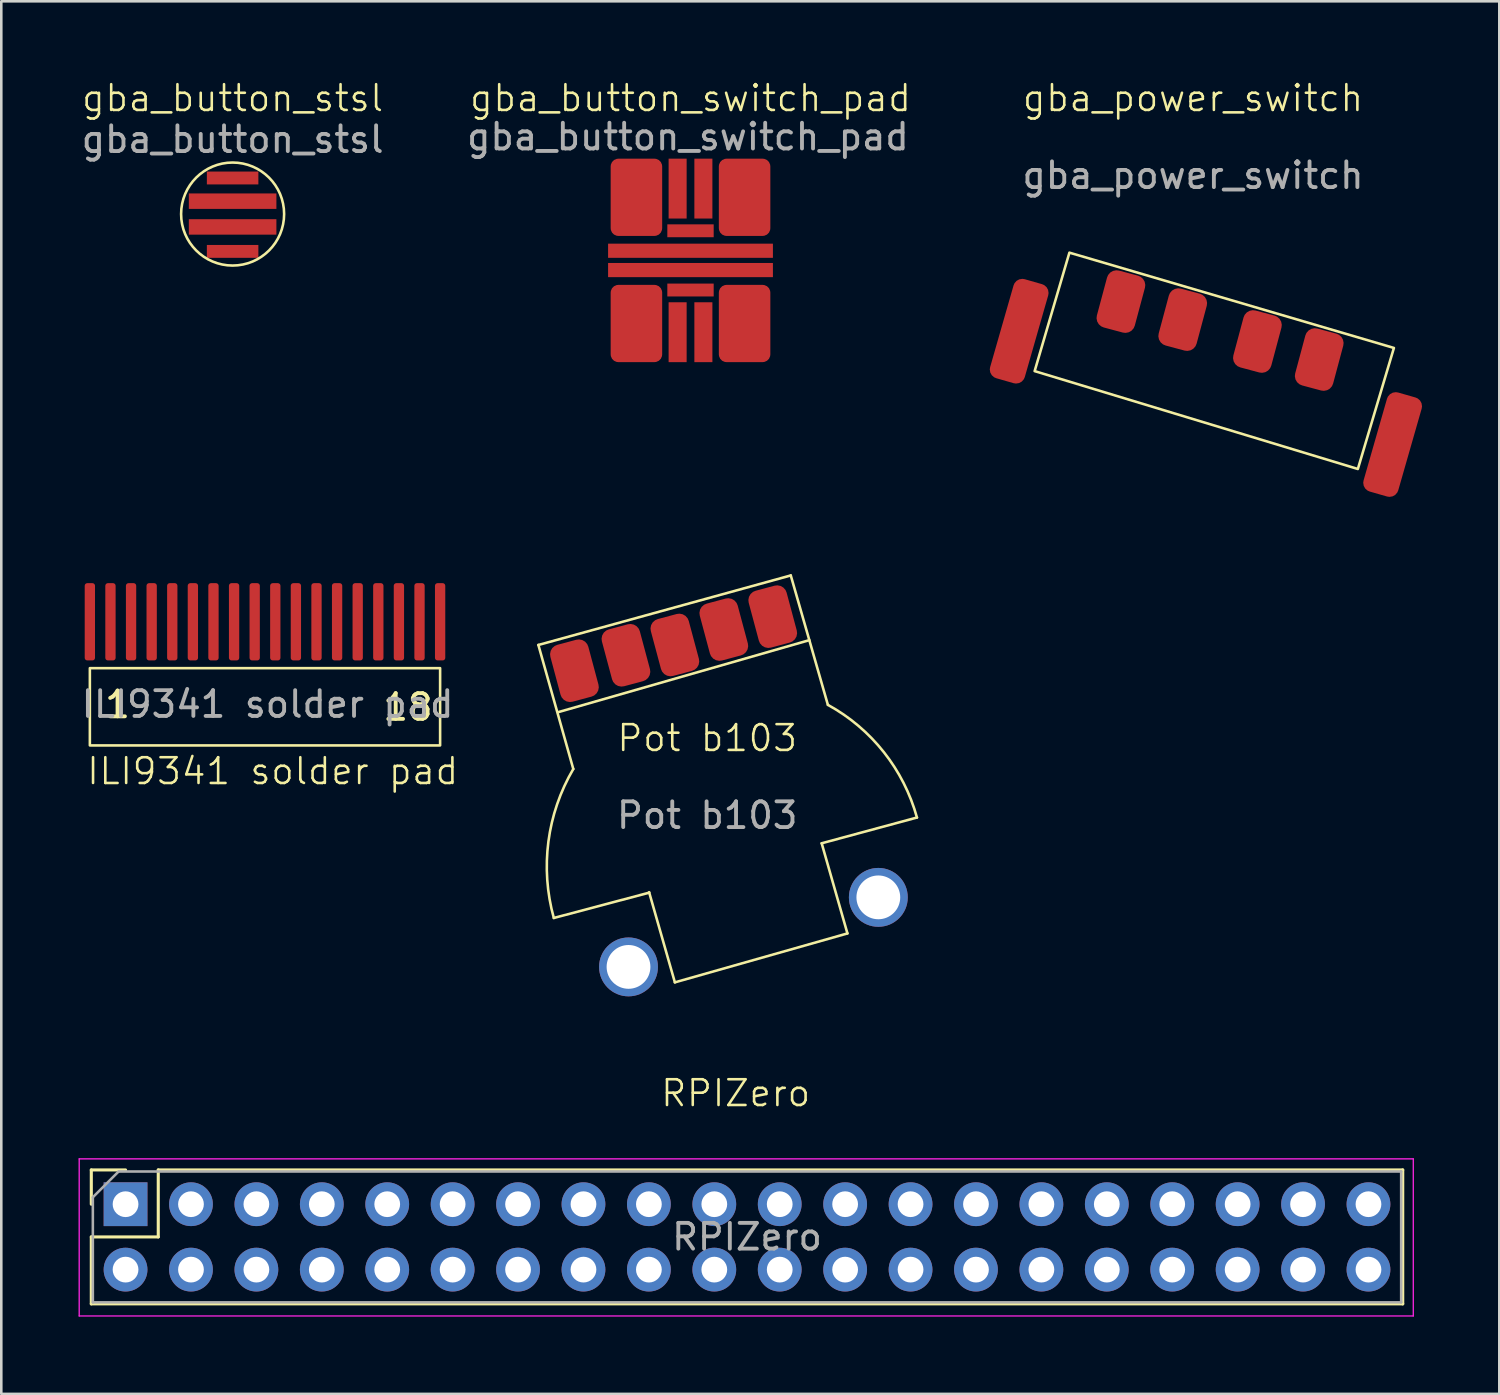
<source format=kicad_pcb>
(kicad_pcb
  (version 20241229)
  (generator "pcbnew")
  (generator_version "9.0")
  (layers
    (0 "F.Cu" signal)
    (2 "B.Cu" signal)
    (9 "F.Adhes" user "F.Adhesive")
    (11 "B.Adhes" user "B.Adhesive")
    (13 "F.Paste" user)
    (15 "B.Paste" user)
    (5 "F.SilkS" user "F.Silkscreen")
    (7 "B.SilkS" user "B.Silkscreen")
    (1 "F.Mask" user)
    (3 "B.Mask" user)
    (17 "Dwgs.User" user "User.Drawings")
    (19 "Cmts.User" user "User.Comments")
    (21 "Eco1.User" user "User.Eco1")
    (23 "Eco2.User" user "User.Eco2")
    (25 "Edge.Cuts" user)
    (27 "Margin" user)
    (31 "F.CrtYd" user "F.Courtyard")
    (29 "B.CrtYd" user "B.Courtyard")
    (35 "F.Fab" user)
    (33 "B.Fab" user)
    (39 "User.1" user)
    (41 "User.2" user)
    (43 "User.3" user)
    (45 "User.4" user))
  (footprint "RPIZero"
    (layer "F.Cu")
    (at 25.515 39.897)
    (property "Reference" "RPIZero" (at 0 -0.5 0) (unlocked yes) (layer "F.SilkS") (effects (font (size 1 1) (thickness 0.1))))
    (attr smd)
    (fp_line (start -25.02 2.48) (end -23.69 2.48) (stroke (width 0.12) (type solid)) (layer "F.SilkS"))
    (fp_line (start -25.02 3.81) (end -25.02 2.48) (stroke (width 0.12) (type solid)) (layer "F.SilkS"))
    (fp_line (start -25.02 5.08) (end -22.42 5.08) (stroke (width 0.12) (type solid)) (layer "F.SilkS"))
    (fp_line (start -25.02 7.68) (end -25.02 5.08) (stroke (width 0.12) (type solid)) (layer "F.SilkS"))
    (fp_line (start -25.02 7.68) (end 25.9 7.68) (stroke (width 0.12) (type solid)) (layer "F.SilkS"))
    (fp_line (start -22.42 2.48) (end 25.9 2.48) (stroke (width 0.12) (type solid)) (layer "F.SilkS"))
    (fp_line (start -22.42 5.08) (end -22.42 2.48) (stroke (width 0.12) (type solid)) (layer "F.SilkS"))
    (fp_line (start 25.9 7.68) (end 25.9 2.48) (stroke (width 0.12) (type solid)) (layer "F.SilkS"))
    (fp_line (start -25.49 2.05) (end 26.31 2.05) (stroke (width 0.05) (type solid)) (layer "F.CrtYd"))
    (fp_line (start -25.49 8.15) (end -25.49 2.05) (stroke (width 0.05) (type solid)) (layer "F.CrtYd"))
    (fp_line (start 26.31 2.05) (end 26.31 8.15) (stroke (width 0.05) (type solid)) (layer "F.CrtYd"))
    (fp_line (start 26.31 8.15) (end -25.49 8.15) (stroke (width 0.05) (type solid)) (layer "F.CrtYd"))
    (fp_line (start -24.96 3.54) (end -23.96 2.54) (stroke (width 0.1) (type solid)) (layer "F.Fab"))
    (fp_line (start -24.96 7.62) (end -24.96 3.54) (stroke (width 0.1) (type solid)) (layer "F.Fab"))
    (fp_line (start -23.96 2.54) (end 25.84 2.54) (stroke (width 0.1) (type solid)) (layer "F.Fab"))
    (fp_line (start 25.84 2.54) (end 25.84 7.62) (stroke (width 0.1) (type solid)) (layer "F.Fab"))
    (fp_line (start 25.84 7.62) (end -24.96 7.62) (stroke (width 0.1) (type solid)) (layer "F.Fab"))
    (fp_text user "${REFERENCE}" (at 0.44 5.08 0) (layer "F.Fab") (effects (font (size 1 1) (thickness 0.15))))
    (pad "1" thru_hole rect (at -23.69 3.81 90) (size 1.7 1.7) (drill 1) (layers "*.Cu" "*.Mask"))
    (pad "2" thru_hole oval (at -23.69 6.35 90) (size 1.7 1.7) (drill 1) (layers "*.Cu" "*.Mask"))
    (pad "3" thru_hole oval (at -21.15 3.81 90) (size 1.7 1.7) (drill 1) (layers "*.Cu" "*.Mask"))
    (pad "4" thru_hole oval (at -21.15 6.35 90) (size 1.7 1.7) (drill 1) (layers "*.Cu" "*.Mask"))
    (pad "5" thru_hole oval (at -18.61 3.81 90) (size 1.7 1.7) (drill 1) (layers "*.Cu" "*.Mask"))
    (pad "6" thru_hole oval (at -18.61 6.35 90) (size 1.7 1.7) (drill 1) (layers "*.Cu" "*.Mask"))
    (pad "7" thru_hole oval (at -16.07 3.81 90) (size 1.7 1.7) (drill 1) (layers "*.Cu" "*.Mask"))
    (pad "8" thru_hole oval (at -16.07 6.35 90) (size 1.7 1.7) (drill 1) (layers "*.Cu" "*.Mask"))
    (pad "9" thru_hole oval (at -13.53 3.81 90) (size 1.7 1.7) (drill 1) (layers "*.Cu" "*.Mask"))
    (pad "10" thru_hole oval (at -13.53 6.35 90) (size 1.7 1.7) (drill 1) (layers "*.Cu" "*.Mask"))
    (pad "11" thru_hole oval (at -10.99 3.81 90) (size 1.7 1.7) (drill 1) (layers "*.Cu" "*.Mask"))
    (pad "12" thru_hole oval (at -10.99 6.35 90) (size 1.7 1.7) (drill 1) (layers "*.Cu" "*.Mask"))
    (pad "13" thru_hole oval (at -8.45 3.81 90) (size 1.7 1.7) (drill 1) (layers "*.Cu" "*.Mask"))
    (pad "14" thru_hole oval (at -8.45 6.35 90) (size 1.7 1.7) (drill 1) (layers "*.Cu" "*.Mask"))
    (pad "15" thru_hole oval (at -5.91 3.81 90) (size 1.7 1.7) (drill 1) (layers "*.Cu" "*.Mask"))
    (pad "16" thru_hole oval (at -5.91 6.35 90) (size 1.7 1.7) (drill 1) (layers "*.Cu" "*.Mask"))
    (pad "17" thru_hole oval (at -3.37 3.81 90) (size 1.7 1.7) (drill 1) (layers "*.Cu" "*.Mask"))
    (pad "18" thru_hole oval (at -3.37 6.35 90) (size 1.7 1.7) (drill 1) (layers "*.Cu" "*.Mask"))
    (pad "19" thru_hole oval (at -0.83 3.81 90) (size 1.7 1.7) (drill 1) (layers "*.Cu" "*.Mask"))
    (pad "20" thru_hole oval (at -0.83 6.35 90) (size 1.7 1.7) (drill 1) (layers "*.Cu" "*.Mask"))
    (pad "21" thru_hole oval (at 1.71 3.81 90) (size 1.7 1.7) (drill 1) (layers "*.Cu" "*.Mask"))
    (pad "22" thru_hole oval (at 1.71 6.35 90) (size 1.7 1.7) (drill 1) (layers "*.Cu" "*.Mask"))
    (pad "23" thru_hole oval (at 4.25 3.81 90) (size 1.7 1.7) (drill 1) (layers "*.Cu" "*.Mask"))
    (pad "24" thru_hole oval (at 4.25 6.35 90) (size 1.7 1.7) (drill 1) (layers "*.Cu" "*.Mask"))
    (pad "25" thru_hole oval (at 6.79 3.81 90) (size 1.7 1.7) (drill 1) (layers "*.Cu" "*.Mask"))
    (pad "26" thru_hole oval (at 6.79 6.35 90) (size 1.7 1.7) (drill 1) (layers "*.Cu" "*.Mask"))
    (pad "27" thru_hole oval (at 9.33 3.81 90) (size 1.7 1.7) (drill 1) (layers "*.Cu" "*.Mask"))
    (pad "28" thru_hole oval (at 9.33 6.35 90) (size 1.7 1.7) (drill 1) (layers "*.Cu" "*.Mask"))
    (pad "29" thru_hole oval (at 11.87 3.81 90) (size 1.7 1.7) (drill 1) (layers "*.Cu" "*.Mask"))
    (pad "30" thru_hole oval (at 11.87 6.35 90) (size 1.7 1.7) (drill 1) (layers "*.Cu" "*.Mask"))
    (pad "31" thru_hole oval (at 14.41 3.81 90) (size 1.7 1.7) (drill 1) (layers "*.Cu" "*.Mask"))
    (pad "32" thru_hole oval (at 14.41 6.35 90) (size 1.7 1.7) (drill 1) (layers "*.Cu" "*.Mask"))
    (pad "33" thru_hole oval (at 16.95 3.81 90) (size 1.7 1.7) (drill 1) (layers "*.Cu" "*.Mask"))
    (pad "34" thru_hole oval (at 16.95 6.35 90) (size 1.7 1.7) (drill 1) (layers "*.Cu" "*.Mask"))
    (pad "35" thru_hole oval (at 19.49 3.81 90) (size 1.7 1.7) (drill 1) (layers "*.Cu" "*.Mask"))
    (pad "36" thru_hole oval (at 19.49 6.35 90) (size 1.7 1.7) (drill 1) (layers "*.Cu" "*.Mask"))
    (pad "37" thru_hole oval (at 22.03 3.81 90) (size 1.7 1.7) (drill 1) (layers "*.Cu" "*.Mask"))
    (pad "38" thru_hole oval (at 22.03 6.35 90) (size 1.7 1.7) (drill 1) (layers "*.Cu" "*.Mask"))
    (pad "39" thru_hole oval (at 24.57 3.81 90) (size 1.7 1.7) (drill 1) (layers "*.Cu" "*.Mask"))
    (pad "40" thru_hole oval (at 24.57 6.35 90) (size 1.7 1.7) (drill 1) (layers "*.Cu" "*.Mask")))
  (footprint "ILI9341 solder pad"
    (layer "F.Cu")
    (at 7.439 19.493)
    (property "Reference" "ILI9341 solder pad" (at 0.1 7.4 0) (unlocked yes) (layer "F.SilkS") (effects (font (size 1 1) (thickness 0.1))))
    (attr smd)
    (fp_rect (start -7 3.4) (end 6.6 6.4) (stroke (width 0.1) (type default)) (fill no) (layer "F.SilkS"))
    (fp_text user "18" (at 4.3 5.5 0) (unlocked yes) (layer "F.SilkS") (effects (font (size 1 1) (thickness 0.15)) (justify left bottom)))
    (fp_text user "1" (at -6.5 5.4 0) (unlocked yes) (layer "F.SilkS") (effects (font (size 1 1) (thickness 0.15)) (justify left bottom)))
    (fp_text user "${REFERENCE}" (at -0.1 4.8 0) (unlocked yes) (layer "F.Fab") (effects (font (size 1 1) (thickness 0.15))))
    (pad "1" smd roundrect (at -7 1.6 90) (size 3 0.4) (layers "F.Cu" "F.Mask" "F.Paste") (roundrect_rratio 0.25))
    (pad "2" smd roundrect (at -6.2 1.6 90) (size 3 0.4) (layers "F.Cu" "F.Mask" "F.Paste") (roundrect_rratio 0.25))
    (pad "3" smd roundrect (at -5.4 1.6 90) (size 3 0.4) (layers "F.Cu" "F.Mask" "F.Paste") (roundrect_rratio 0.25))
    (pad "4" smd roundrect (at -4.6 1.6 90) (size 3 0.4) (layers "F.Cu" "F.Mask" "F.Paste") (roundrect_rratio 0.25))
    (pad "5" smd roundrect (at -3.8 1.6 90) (size 3 0.4) (layers "F.Cu" "F.Mask" "F.Paste") (roundrect_rratio 0.25))
    (pad "6" smd roundrect (at -3 1.6 90) (size 3 0.4) (layers "F.Cu" "F.Mask" "F.Paste") (roundrect_rratio 0.25))
    (pad "7" smd roundrect (at -2.2 1.6 90) (size 3 0.4) (layers "F.Cu" "F.Mask" "F.Paste") (roundrect_rratio 0.25))
    (pad "8" smd roundrect (at -1.4 1.6 90) (size 3 0.4) (layers "F.Cu" "F.Mask" "F.Paste") (roundrect_rratio 0.25))
    (pad "9" smd roundrect (at -0.6 1.6 90) (size 3 0.4) (layers "F.Cu" "F.Mask" "F.Paste") (roundrect_rratio 0.25))
    (pad "10" smd roundrect (at 0.2 1.6 90) (size 3 0.4) (layers "F.Cu" "F.Mask" "F.Paste") (roundrect_rratio 0.25))
    (pad "11" smd roundrect (at 1 1.6 90) (size 3 0.4) (layers "F.Cu" "F.Mask" "F.Paste") (roundrect_rratio 0.25))
    (pad "12" smd roundrect (at 1.8 1.6 90) (size 3 0.4) (layers "F.Cu" "F.Mask" "F.Paste") (roundrect_rratio 0.25))
    (pad "13" smd roundrect (at 2.6 1.6 90) (size 3 0.4) (layers "F.Cu" "F.Mask" "F.Paste") (roundrect_rratio 0.25))
    (pad "14" smd roundrect (at 3.4 1.6 90) (size 3 0.4) (layers "F.Cu" "F.Mask" "F.Paste") (roundrect_rratio 0.25))
    (pad "15" smd roundrect (at 4.2 1.6 90) (size 3 0.4) (layers "F.Cu" "F.Mask" "F.Paste") (roundrect_rratio 0.25))
    (pad "16" smd roundrect (at 5 1.6 90) (size 3 0.4) (layers "F.Cu" "F.Mask" "F.Paste") (roundrect_rratio 0.25))
    (pad "17" smd roundrect (at 5.8 1.6 90) (size 3 0.4) (layers "F.Cu" "F.Mask" "F.Paste") (roundrect_rratio 0.25))
    (pad "18" smd roundrect (at 6.6 1.6 90) (size 3 0.4) (layers "F.Cu" "F.Mask" "F.Paste") (roundrect_rratio 0.25)))
  (footprint "gba_power_switch"
    (layer "F.Cu")
    (at 43.273 1.26)
    (property "Reference" "gba_power_switch" (at 0 -0.5 0) (unlocked yes) (layer "F.SilkS") (effects (font (size 1 1) (thickness 0.1))))
    (attr smd)
    (fp_poly (pts (xy -4.8 5.5) (xy 7.8 9.2) (xy 6.4 13.9) (xy -6.15 10.1)) (stroke (width 0.1) (type solid)) (fill no) (layer "F.SilkS"))
    (fp_text user "${REFERENCE}" (at 0 2.5 0) (unlocked yes) (layer "F.Fab") (effects (font (size 1 1) (thickness 0.15))))
    (pad "" smd roundrect (at -6.75 8.55 74) (size 4 1.4) (layers "F.Cu" "F.Mask" "F.Paste") (roundrect_rratio 0.25))
    (pad "" smd roundrect (at 7.75 12.95 74) (size 4 1.4) (layers "F.Cu" "F.Mask" "F.Paste") (roundrect_rratio 0.25))
    (pad "1" smd roundrect (at -2.8 7.4 75) (size 2.286 1.524) (layers "F.Cu" "F.Mask" "F.Paste") (roundrect_rratio 0.25))
    (pad "2" smd roundrect (at -0.4 8.1 75) (size 2.286 1.524) (layers "F.Cu" "F.Mask" "F.Paste") (roundrect_rratio 0.25))
    (pad "3" smd roundrect (at 2.5 8.95 75) (size 2.286 1.524) (layers "F.Cu" "F.Mask" "F.Paste") (roundrect_rratio 0.25))
    (pad "4" smd roundrect (at 4.9 9.65 75) (size 2.286 1.524) (layers "F.Cu" "F.Mask" "F.Paste") (roundrect_rratio 0.25)))
  (footprint "gba_button_stsl"
    (layer "F.Cu")
    (at 5.982 5.261)
    (property "Reference" "gba_button_stsl" (at 0 -4.5 0) (unlocked yes) (layer "F.SilkS") (effects (font (size 1 1) (thickness 0.1))))
    (attr smd)
    (fp_circle (center 0 0) (end 2 0) (stroke (width 0.1) (type default)) (fill no) (layer "F.SilkS"))
    (fp_text user "${REFERENCE}" (at 0 -2.9 0) (unlocked yes) (layer "F.Fab") (effects (font (size 1 1) (thickness 0.15))))
    (pad "1" smd rect (at 0 -0.5) (size 3.4 0.6) (layers "F.Cu" "F.Mask" "F.Paste"))
    (pad "1" smd rect (at 0 1.45) (size 2 0.5) (layers "F.Cu" "F.Mask" "F.Paste"))
    (pad "2" smd rect (at 0 -1.4) (size 2 0.5) (layers "F.Cu" "F.Mask" "F.Paste"))
    (pad "2" smd rect (at 0 0.5) (size 3.4 0.6) (layers "F.Cu" "F.Mask" "F.Paste")))
  (footprint "Pot b103"
    (layer "F.Cu")
    (at 24.41 26.109)
    (property "Reference" "Pot b103" (at 0 -0.5 0) (unlocked yes) (layer "F.SilkS") (effects (font (size 1 1) (thickness 0.1))))
    (attr smd)
    (fp_line (start -6.556 -4.116) (end 3.244 -6.816) (stroke (width 0.1) (type default)) (layer "F.SilkS"))
    (fp_line (start -5.2 0.7) (end -6.556 -4.116) (stroke (width 0.1) (type default)) (layer "F.SilkS"))
    (fp_line (start -2.256 5.484) (end -1.256 8.984) (stroke (width 0.1) (type default)) (layer "F.SilkS"))
    (fp_line (start -2.25 5.5) (end -5.956 6.484) (stroke (width 0.1) (type default)) (layer "F.SilkS"))
    (fp_line (start -1.256 8.984) (end 5.444 7.084) (stroke (width 0.1) (type default)) (layer "F.SilkS"))
    (fp_line (start 3.244 -6.816) (end 4.685 -1.791) (stroke (width 0.1) (type default)) (layer "F.SilkS"))
    (fp_line (start 3.964 -4.303) (end -5.756 -1.516) (stroke (width 0.1) (type default)) (layer "F.SilkS"))
    (fp_line (start 4.444 3.584) (end 8.144 2.584) (stroke (width 0.1) (type default)) (layer "F.SilkS"))
    (fp_line (start 5.444 7.084) (end 4.444 3.584) (stroke (width 0.1) (type default)) (layer "F.SilkS"))
    (fp_arc (start -5.956468 6.484296) (mid -6.16599 3.515281) (end -5.2 0.7) (stroke (width 0.1) (type default)) (layer "F.SilkS"))
    (fp_arc (start 4.684761 -1.790887) (mid 6.85787 0.045921) (end 8.14353 2.584296) (stroke (width 0.1) (type default)) (layer "F.SilkS"))
    (fp_text user "${REFERENCE}" (at 0 2.5 0) (unlocked yes) (layer "F.Fab") (effects (font (size 1 1) (thickness 0.15))))
    (pad "" thru_hole circle (at -3.056 8.384 285) (size 2.286 2.286) (drill 1.7) (layers "*.Cu" "*.Mask"))
    (pad "" thru_hole circle (at 6.644 5.684 285) (size 2.286 2.286) (drill 1.7) (layers "*.Cu" "*.Mask"))
    (pad "1" smd roundrect (at 2.544 -5.216 285) (size 2.286 1.524) (layers "F.Cu" "F.Mask" "F.Paste") (roundrect_rratio 0.25))
    (pad "2" smd roundrect (at 0.644 -4.716 285) (size 2.286 1.524) (layers "F.Cu" "F.Mask" "F.Paste") (roundrect_rratio 0.25))
    (pad "3" smd roundrect (at -1.256 -4.116 285) (size 2.286 1.524) (layers "F.Cu" "F.Mask" "F.Paste") (roundrect_rratio 0.25))
    (pad "4" smd roundrect (at -3.156 -3.716 285) (size 2.286 1.524) (layers "F.Cu" "F.Mask" "F.Paste") (roundrect_rratio 0.25))
    (pad "5" smd roundrect (at -5.156 -3.116 285) (size 2.286 1.524) (layers "F.Cu" "F.Mask" "F.Paste") (roundrect_rratio 0.25)))
  (footprint "gba_button_switch_pad"
    (layer "F.Cu")
    (at 23.761 7.061)
    (property "Reference" "gba_button_switch_pad" (at 0 -6.3 0) (unlocked yes) (layer "F.SilkS") (effects (font (size 1 1) (thickness 0.1))))
    (attr smd)
    (fp_text user "${REFERENCE}" (at -0.1 -4.8 0) (unlocked yes) (layer "F.Fab") (effects (font (size 1 1) (thickness 0.15))))
    (pad "1" smd roundrect (at -2.1 -2.45 90) (size 3 2) (layers "F.Cu" "F.Mask" "F.Paste") (roundrect_rratio 0.15))
    (pad "1" smd roundrect (at -2.1 2.45 90) (size 3 2) (layers "F.Cu" "F.Mask" "F.Paste") (roundrect_rratio 0.15))
    (pad "1" smd rect (at 0 0.375 90) (size 0.55 6.4) (layers "F.Cu" "F.Mask" "F.Paste"))
    (pad "1" smd rect (at 0.5 -2.788 180) (size 0.7 2.325) (layers "F.Cu" "F.Mask" "F.Paste"))
    (pad "1" smd rect (at 0.5 2.788 180) (size 0.7 2.325) (layers "F.Cu" "F.Mask" "F.Paste"))
    (pad "2" smd rect (at -0.5 -2.788 180) (size 0.7 2.325) (layers "F.Cu" "F.Mask" "F.Paste"))
    (pad "2" smd rect (at -0.5 2.788 180) (size 0.7 2.325) (layers "F.Cu" "F.Mask" "F.Paste"))
    (pad "2" smd rect (at 0 -1.15 90) (size 0.5 1.8) (layers "F.Cu" "F.Mask" "F.Paste"))
    (pad "2" smd rect (at 0 -0.375 90) (size 0.55 6.4) (layers "F.Cu" "F.Mask" "F.Paste"))
    (pad "2" smd rect (at 0 1.15 90) (size 0.5 1.8) (layers "F.Cu" "F.Mask" "F.Paste"))
    (pad "2" smd roundrect (at 2.1 -2.45 90) (size 3 2) (layers "F.Cu" "F.Mask" "F.Paste") (roundrect_rratio 0.15))
    (pad "2" smd roundrect (at 2.1 2.45 90) (size 3 2) (layers "F.Cu" "F.Mask" "F.Paste") (roundrect_rratio 0.15)))
  (gr_rect
    (start -3 -3)
    (end 55.165 51.072)
    (stroke (width 0.1) (type default))
    (fill no)
    (layer "Edge.Cuts")))
</source>
